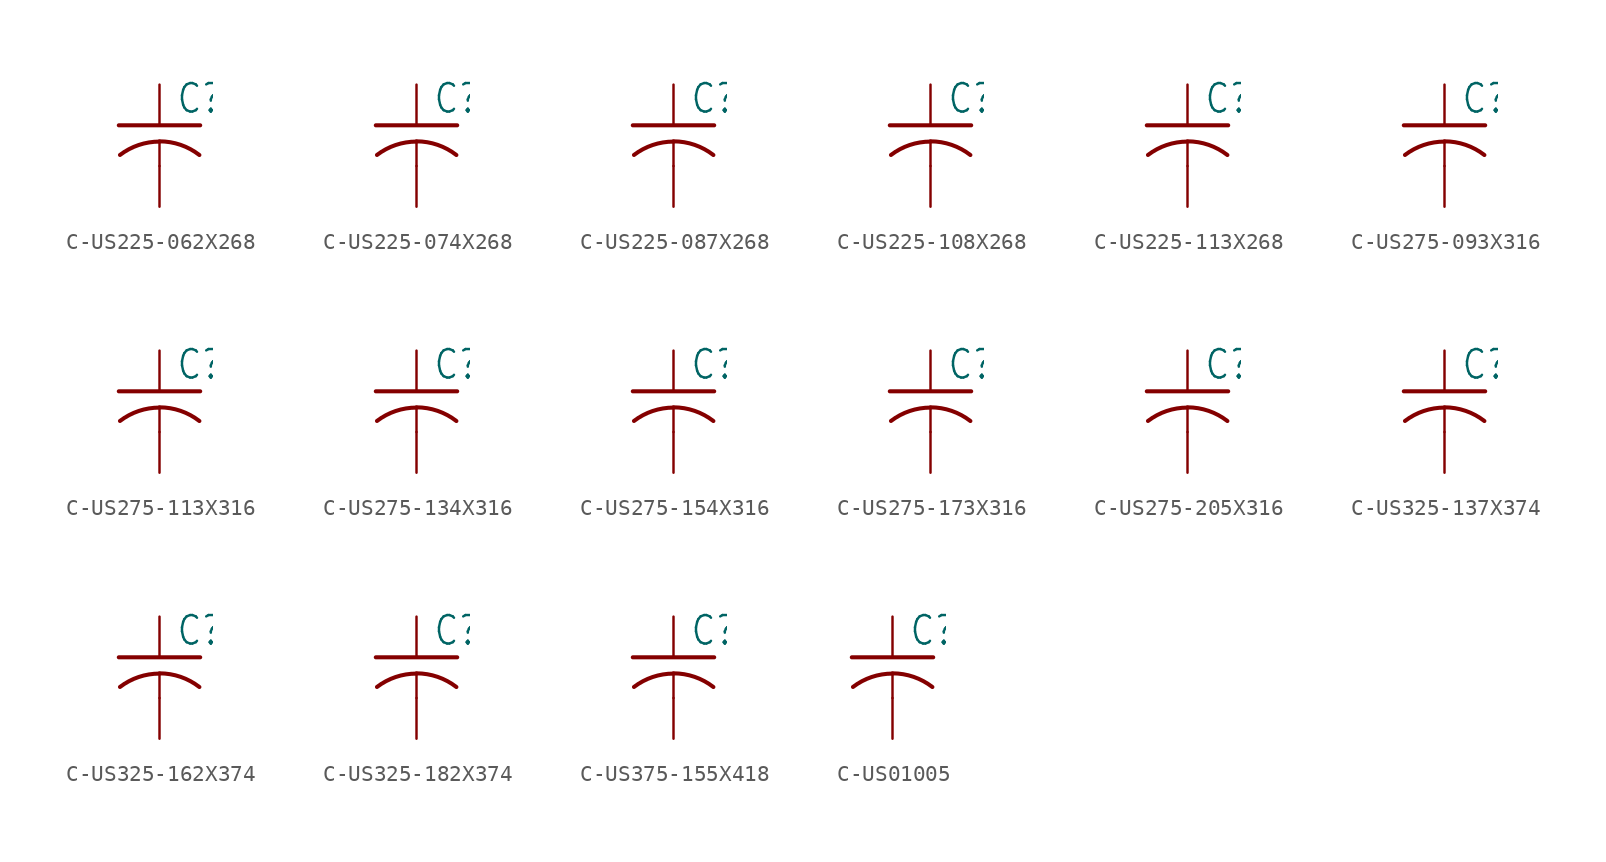
<source format=kicad_sym>
(kicad_symbol_lib
  (version 20241209)
  (generator "kicad_symbol_editor")
  (generator_version "9.0")
  (symbol "C-US225-062X268"
    (property "Reference" "C"
      (at 1.016 0.635 0)
      (effects (font (size 1.778 1.511)) (justify left bottom)))
    (property "Value" ""
      (at 1.016 -4.191 0)
      (effects (font (size 1.778 1.511)) (justify left bottom)))
    (property "ki_locked" ""
      (at 0 0 0)
      (effects (font (size 1.27 1.27))))
    (symbol "C-US225-062X268_1_0"
      (polyline (pts (xy -2.54 0) (xy 2.54 0)) (stroke (width 0.254) (type solid)) (fill (type none)))
      (arc (start 0 -1) (mid 1.3158 -1.2195) (end 2.4892 -1.8541) (stroke (width 0.254) (type solid)) (fill (type none)))
      (arc (start -2.4668 -1.8504) (mid -1.302 -1.2303) (end 0 -1.0161) (stroke (width 0.254) (type solid)) (fill (type none)))
      (polyline (pts (xy 0 -1.016) (xy 0 -2.54)) (stroke (width 0.152) (type solid)) (fill (type none)))
      (pin passive line (at 0 2.54 270) (length 2.54) (name "1" (effects (font (size 0 0)))) (number "1" (effects (font (size 0 0)))))
      (pin passive line (at 0 -5.08 90) (length 2.54) (name "2" (effects (font (size 0 0)))) (number "2" (effects (font (size 0 0)))))))
  (symbol "C-US225-074X268"
    (property "Reference" "C"
      (at 1.016 0.635 0)
      (effects (font (size 1.778 1.511)) (justify left bottom)))
    (property "Value" ""
      (at 1.016 -4.191 0)
      (effects (font (size 1.778 1.511)) (justify left bottom)))
    (property "ki_locked" ""
      (at 0 0 0)
      (effects (font (size 1.27 1.27))))
    (symbol "C-US225-074X268_1_0"
      (polyline (pts (xy -2.54 0) (xy 2.54 0)) (stroke (width 0.254) (type solid)) (fill (type none)))
      (arc (start 0 -1) (mid 1.3158 -1.2195) (end 2.4892 -1.8541) (stroke (width 0.254) (type solid)) (fill (type none)))
      (arc (start -2.4668 -1.8504) (mid -1.302 -1.2303) (end 0 -1.0161) (stroke (width 0.254) (type solid)) (fill (type none)))
      (polyline (pts (xy 0 -1.016) (xy 0 -2.54)) (stroke (width 0.152) (type solid)) (fill (type none)))
      (pin passive line (at 0 2.54 270) (length 2.54) (name "1" (effects (font (size 0 0)))) (number "1" (effects (font (size 0 0)))))
      (pin passive line (at 0 -5.08 90) (length 2.54) (name "2" (effects (font (size 0 0)))) (number "2" (effects (font (size 0 0)))))))
  (symbol "C-US225-087X268"
    (property "Reference" "C"
      (at 1.016 0.635 0)
      (effects (font (size 1.778 1.511)) (justify left bottom)))
    (property "Value" ""
      (at 1.016 -4.191 0)
      (effects (font (size 1.778 1.511)) (justify left bottom)))
    (property "ki_locked" ""
      (at 0 0 0)
      (effects (font (size 1.27 1.27))))
    (symbol "C-US225-087X268_1_0"
      (polyline (pts (xy -2.54 0) (xy 2.54 0)) (stroke (width 0.254) (type solid)) (fill (type none)))
      (arc (start 0 -1) (mid 1.3158 -1.2195) (end 2.4892 -1.8541) (stroke (width 0.254) (type solid)) (fill (type none)))
      (arc (start -2.4668 -1.8504) (mid -1.302 -1.2303) (end 0 -1.0161) (stroke (width 0.254) (type solid)) (fill (type none)))
      (polyline (pts (xy 0 -1.016) (xy 0 -2.54)) (stroke (width 0.152) (type solid)) (fill (type none)))
      (pin passive line (at 0 2.54 270) (length 2.54) (name "1" (effects (font (size 0 0)))) (number "1" (effects (font (size 0 0)))))
      (pin passive line (at 0 -5.08 90) (length 2.54) (name "2" (effects (font (size 0 0)))) (number "2" (effects (font (size 0 0)))))))
  (symbol "C-US225-108X268"
    (property "Reference" "C"
      (at 1.016 0.635 0)
      (effects (font (size 1.778 1.511)) (justify left bottom)))
    (property "Value" ""
      (at 1.016 -4.191 0)
      (effects (font (size 1.778 1.511)) (justify left bottom)))
    (property "ki_locked" ""
      (at 0 0 0)
      (effects (font (size 1.27 1.27))))
    (symbol "C-US225-108X268_1_0"
      (polyline (pts (xy -2.54 0) (xy 2.54 0)) (stroke (width 0.254) (type solid)) (fill (type none)))
      (arc (start 0 -1) (mid 1.3158 -1.2195) (end 2.4892 -1.8541) (stroke (width 0.254) (type solid)) (fill (type none)))
      (arc (start -2.4668 -1.8504) (mid -1.302 -1.2303) (end 0 -1.0161) (stroke (width 0.254) (type solid)) (fill (type none)))
      (polyline (pts (xy 0 -1.016) (xy 0 -2.54)) (stroke (width 0.152) (type solid)) (fill (type none)))
      (pin passive line (at 0 2.54 270) (length 2.54) (name "1" (effects (font (size 0 0)))) (number "1" (effects (font (size 0 0)))))
      (pin passive line (at 0 -5.08 90) (length 2.54) (name "2" (effects (font (size 0 0)))) (number "2" (effects (font (size 0 0)))))))
  (symbol "C-US225-113X268"
    (property "Reference" "C"
      (at 1.016 0.635 0)
      (effects (font (size 1.778 1.511)) (justify left bottom)))
    (property "Value" ""
      (at 1.016 -4.191 0)
      (effects (font (size 1.778 1.511)) (justify left bottom)))
    (property "ki_locked" ""
      (at 0 0 0)
      (effects (font (size 1.27 1.27))))
    (symbol "C-US225-113X268_1_0"
      (polyline (pts (xy -2.54 0) (xy 2.54 0)) (stroke (width 0.254) (type solid)) (fill (type none)))
      (arc (start 0 -1) (mid 1.3158 -1.2195) (end 2.4892 -1.8541) (stroke (width 0.254) (type solid)) (fill (type none)))
      (arc (start -2.4668 -1.8504) (mid -1.302 -1.2303) (end 0 -1.0161) (stroke (width 0.254) (type solid)) (fill (type none)))
      (polyline (pts (xy 0 -1.016) (xy 0 -2.54)) (stroke (width 0.152) (type solid)) (fill (type none)))
      (pin passive line (at 0 2.54 270) (length 2.54) (name "1" (effects (font (size 0 0)))) (number "1" (effects (font (size 0 0)))))
      (pin passive line (at 0 -5.08 90) (length 2.54) (name "2" (effects (font (size 0 0)))) (number "2" (effects (font (size 0 0)))))))
  (symbol "C-US275-093X316"
    (property "Reference" "C"
      (at 1.016 0.635 0)
      (effects (font (size 1.778 1.511)) (justify left bottom)))
    (property "Value" ""
      (at 1.016 -4.191 0)
      (effects (font (size 1.778 1.511)) (justify left bottom)))
    (property "ki_locked" ""
      (at 0 0 0)
      (effects (font (size 1.27 1.27))))
    (symbol "C-US275-093X316_1_0"
      (polyline (pts (xy -2.54 0) (xy 2.54 0)) (stroke (width 0.254) (type solid)) (fill (type none)))
      (arc (start 0 -1) (mid 1.3158 -1.2195) (end 2.4892 -1.8541) (stroke (width 0.254) (type solid)) (fill (type none)))
      (arc (start -2.4668 -1.8504) (mid -1.302 -1.2303) (end 0 -1.0161) (stroke (width 0.254) (type solid)) (fill (type none)))
      (polyline (pts (xy 0 -1.016) (xy 0 -2.54)) (stroke (width 0.152) (type solid)) (fill (type none)))
      (pin passive line (at 0 2.54 270) (length 2.54) (name "1" (effects (font (size 0 0)))) (number "1" (effects (font (size 0 0)))))
      (pin passive line (at 0 -5.08 90) (length 2.54) (name "2" (effects (font (size 0 0)))) (number "2" (effects (font (size 0 0)))))))
  (symbol "C-US275-113X316"
    (property "Reference" "C"
      (at 1.016 0.635 0)
      (effects (font (size 1.778 1.511)) (justify left bottom)))
    (property "Value" ""
      (at 1.016 -4.191 0)
      (effects (font (size 1.778 1.511)) (justify left bottom)))
    (property "ki_locked" ""
      (at 0 0 0)
      (effects (font (size 1.27 1.27))))
    (symbol "C-US275-113X316_1_0"
      (polyline (pts (xy -2.54 0) (xy 2.54 0)) (stroke (width 0.254) (type solid)) (fill (type none)))
      (arc (start 0 -1) (mid 1.3158 -1.2195) (end 2.4892 -1.8541) (stroke (width 0.254) (type solid)) (fill (type none)))
      (arc (start -2.4668 -1.8504) (mid -1.302 -1.2303) (end 0 -1.0161) (stroke (width 0.254) (type solid)) (fill (type none)))
      (polyline (pts (xy 0 -1.016) (xy 0 -2.54)) (stroke (width 0.152) (type solid)) (fill (type none)))
      (pin passive line (at 0 2.54 270) (length 2.54) (name "1" (effects (font (size 0 0)))) (number "1" (effects (font (size 0 0)))))
      (pin passive line (at 0 -5.08 90) (length 2.54) (name "2" (effects (font (size 0 0)))) (number "2" (effects (font (size 0 0)))))))
  (symbol "C-US275-134X316"
    (property "Reference" "C"
      (at 1.016 0.635 0)
      (effects (font (size 1.778 1.511)) (justify left bottom)))
    (property "Value" ""
      (at 1.016 -4.191 0)
      (effects (font (size 1.778 1.511)) (justify left bottom)))
    (property "ki_locked" ""
      (at 0 0 0)
      (effects (font (size 1.27 1.27))))
    (symbol "C-US275-134X316_1_0"
      (polyline (pts (xy -2.54 0) (xy 2.54 0)) (stroke (width 0.254) (type solid)) (fill (type none)))
      (arc (start 0 -1) (mid 1.3158 -1.2195) (end 2.4892 -1.8541) (stroke (width 0.254) (type solid)) (fill (type none)))
      (arc (start -2.4668 -1.8504) (mid -1.302 -1.2303) (end 0 -1.0161) (stroke (width 0.254) (type solid)) (fill (type none)))
      (polyline (pts (xy 0 -1.016) (xy 0 -2.54)) (stroke (width 0.152) (type solid)) (fill (type none)))
      (pin passive line (at 0 2.54 270) (length 2.54) (name "1" (effects (font (size 0 0)))) (number "1" (effects (font (size 0 0)))))
      (pin passive line (at 0 -5.08 90) (length 2.54) (name "2" (effects (font (size 0 0)))) (number "2" (effects (font (size 0 0)))))))
  (symbol "C-US275-154X316"
    (property "Reference" "C"
      (at 1.016 0.635 0)
      (effects (font (size 1.778 1.511)) (justify left bottom)))
    (property "Value" ""
      (at 1.016 -4.191 0)
      (effects (font (size 1.778 1.511)) (justify left bottom)))
    (property "ki_locked" ""
      (at 0 0 0)
      (effects (font (size 1.27 1.27))))
    (symbol "C-US275-154X316_1_0"
      (polyline (pts (xy -2.54 0) (xy 2.54 0)) (stroke (width 0.254) (type solid)) (fill (type none)))
      (arc (start 0 -1) (mid 1.3158 -1.2195) (end 2.4892 -1.8541) (stroke (width 0.254) (type solid)) (fill (type none)))
      (arc (start -2.4668 -1.8504) (mid -1.302 -1.2303) (end 0 -1.0161) (stroke (width 0.254) (type solid)) (fill (type none)))
      (polyline (pts (xy 0 -1.016) (xy 0 -2.54)) (stroke (width 0.152) (type solid)) (fill (type none)))
      (pin passive line (at 0 2.54 270) (length 2.54) (name "1" (effects (font (size 0 0)))) (number "1" (effects (font (size 0 0)))))
      (pin passive line (at 0 -5.08 90) (length 2.54) (name "2" (effects (font (size 0 0)))) (number "2" (effects (font (size 0 0)))))))
  (symbol "C-US275-173X316"
    (property "Reference" "C"
      (at 1.016 0.635 0)
      (effects (font (size 1.778 1.511)) (justify left bottom)))
    (property "Value" ""
      (at 1.016 -4.191 0)
      (effects (font (size 1.778 1.511)) (justify left bottom)))
    (property "ki_locked" ""
      (at 0 0 0)
      (effects (font (size 1.27 1.27))))
    (symbol "C-US275-173X316_1_0"
      (polyline (pts (xy -2.54 0) (xy 2.54 0)) (stroke (width 0.254) (type solid)) (fill (type none)))
      (arc (start 0 -1) (mid 1.3158 -1.2195) (end 2.4892 -1.8541) (stroke (width 0.254) (type solid)) (fill (type none)))
      (arc (start -2.4668 -1.8504) (mid -1.302 -1.2303) (end 0 -1.0161) (stroke (width 0.254) (type solid)) (fill (type none)))
      (polyline (pts (xy 0 -1.016) (xy 0 -2.54)) (stroke (width 0.152) (type solid)) (fill (type none)))
      (pin passive line (at 0 2.54 270) (length 2.54) (name "1" (effects (font (size 0 0)))) (number "1" (effects (font (size 0 0)))))
      (pin passive line (at 0 -5.08 90) (length 2.54) (name "2" (effects (font (size 0 0)))) (number "2" (effects (font (size 0 0)))))))
  (symbol "C-US275-205X316"
    (property "Reference" "C"
      (at 1.016 0.635 0)
      (effects (font (size 1.778 1.511)) (justify left bottom)))
    (property "Value" ""
      (at 1.016 -4.191 0)
      (effects (font (size 1.778 1.511)) (justify left bottom)))
    (property "ki_locked" ""
      (at 0 0 0)
      (effects (font (size 1.27 1.27))))
    (symbol "C-US275-205X316_1_0"
      (polyline (pts (xy -2.54 0) (xy 2.54 0)) (stroke (width 0.254) (type solid)) (fill (type none)))
      (arc (start 0 -1) (mid 1.3158 -1.2195) (end 2.4892 -1.8541) (stroke (width 0.254) (type solid)) (fill (type none)))
      (arc (start -2.4668 -1.8504) (mid -1.302 -1.2303) (end 0 -1.0161) (stroke (width 0.254) (type solid)) (fill (type none)))
      (polyline (pts (xy 0 -1.016) (xy 0 -2.54)) (stroke (width 0.152) (type solid)) (fill (type none)))
      (pin passive line (at 0 2.54 270) (length 2.54) (name "1" (effects (font (size 0 0)))) (number "1" (effects (font (size 0 0)))))
      (pin passive line (at 0 -5.08 90) (length 2.54) (name "2" (effects (font (size 0 0)))) (number "2" (effects (font (size 0 0)))))))
  (symbol "C-US325-137X374"
    (property "Reference" "C"
      (at 1.016 0.635 0)
      (effects (font (size 1.778 1.511)) (justify left bottom)))
    (property "Value" ""
      (at 1.016 -4.191 0)
      (effects (font (size 1.778 1.511)) (justify left bottom)))
    (property "ki_locked" ""
      (at 0 0 0)
      (effects (font (size 1.27 1.27))))
    (symbol "C-US325-137X374_1_0"
      (polyline (pts (xy -2.54 0) (xy 2.54 0)) (stroke (width 0.254) (type solid)) (fill (type none)))
      (arc (start 0 -1) (mid 1.3158 -1.2195) (end 2.4892 -1.8541) (stroke (width 0.254) (type solid)) (fill (type none)))
      (arc (start -2.4668 -1.8504) (mid -1.302 -1.2303) (end 0 -1.0161) (stroke (width 0.254) (type solid)) (fill (type none)))
      (polyline (pts (xy 0 -1.016) (xy 0 -2.54)) (stroke (width 0.152) (type solid)) (fill (type none)))
      (pin passive line (at 0 2.54 270) (length 2.54) (name "1" (effects (font (size 0 0)))) (number "1" (effects (font (size 0 0)))))
      (pin passive line (at 0 -5.08 90) (length 2.54) (name "2" (effects (font (size 0 0)))) (number "2" (effects (font (size 0 0)))))))
  (symbol "C-US325-162X374"
    (property "Reference" "C"
      (at 1.016 0.635 0)
      (effects (font (size 1.778 1.511)) (justify left bottom)))
    (property "Value" ""
      (at 1.016 -4.191 0)
      (effects (font (size 1.778 1.511)) (justify left bottom)))
    (property "ki_locked" ""
      (at 0 0 0)
      (effects (font (size 1.27 1.27))))
    (symbol "C-US325-162X374_1_0"
      (polyline (pts (xy -2.54 0) (xy 2.54 0)) (stroke (width 0.254) (type solid)) (fill (type none)))
      (arc (start 0 -1) (mid 1.3158 -1.2195) (end 2.4892 -1.8541) (stroke (width 0.254) (type solid)) (fill (type none)))
      (arc (start -2.4668 -1.8504) (mid -1.302 -1.2303) (end 0 -1.0161) (stroke (width 0.254) (type solid)) (fill (type none)))
      (polyline (pts (xy 0 -1.016) (xy 0 -2.54)) (stroke (width 0.152) (type solid)) (fill (type none)))
      (pin passive line (at 0 2.54 270) (length 2.54) (name "1" (effects (font (size 0 0)))) (number "1" (effects (font (size 0 0)))))
      (pin passive line (at 0 -5.08 90) (length 2.54) (name "2" (effects (font (size 0 0)))) (number "2" (effects (font (size 0 0)))))))
  (symbol "C-US325-182X374"
    (property "Reference" "C"
      (at 1.016 0.635 0)
      (effects (font (size 1.778 1.511)) (justify left bottom)))
    (property "Value" ""
      (at 1.016 -4.191 0)
      (effects (font (size 1.778 1.511)) (justify left bottom)))
    (property "ki_locked" ""
      (at 0 0 0)
      (effects (font (size 1.27 1.27))))
    (symbol "C-US325-182X374_1_0"
      (polyline (pts (xy -2.54 0) (xy 2.54 0)) (stroke (width 0.254) (type solid)) (fill (type none)))
      (arc (start 0 -1) (mid 1.3158 -1.2195) (end 2.4892 -1.8541) (stroke (width 0.254) (type solid)) (fill (type none)))
      (arc (start -2.4668 -1.8504) (mid -1.302 -1.2303) (end 0 -1.0161) (stroke (width 0.254) (type solid)) (fill (type none)))
      (polyline (pts (xy 0 -1.016) (xy 0 -2.54)) (stroke (width 0.152) (type solid)) (fill (type none)))
      (pin passive line (at 0 2.54 270) (length 2.54) (name "1" (effects (font (size 0 0)))) (number "1" (effects (font (size 0 0)))))
      (pin passive line (at 0 -5.08 90) (length 2.54) (name "2" (effects (font (size 0 0)))) (number "2" (effects (font (size 0 0)))))))
  (symbol "C-US375-155X418"
    (property "Reference" "C"
      (at 1.016 0.635 0)
      (effects (font (size 1.778 1.511)) (justify left bottom)))
    (property "Value" ""
      (at 1.016 -4.191 0)
      (effects (font (size 1.778 1.511)) (justify left bottom)))
    (property "ki_locked" ""
      (at 0 0 0)
      (effects (font (size 1.27 1.27))))
    (symbol "C-US375-155X418_1_0"
      (polyline (pts (xy -2.54 0) (xy 2.54 0)) (stroke (width 0.254) (type solid)) (fill (type none)))
      (arc (start 0 -1) (mid 1.3158 -1.2195) (end 2.4892 -1.8541) (stroke (width 0.254) (type solid)) (fill (type none)))
      (arc (start -2.4668 -1.8504) (mid -1.302 -1.2303) (end 0 -1.0161) (stroke (width 0.254) (type solid)) (fill (type none)))
      (polyline (pts (xy 0 -1.016) (xy 0 -2.54)) (stroke (width 0.152) (type solid)) (fill (type none)))
      (pin passive line (at 0 2.54 270) (length 2.54) (name "1" (effects (font (size 0 0)))) (number "1" (effects (font (size 0 0)))))
      (pin passive line (at 0 -5.08 90) (length 2.54) (name "2" (effects (font (size 0 0)))) (number "2" (effects (font (size 0 0)))))))
  (symbol "C-US01005"
    (property "Reference" "C"
      (at 1.016 0.635 0)
      (effects (font (size 1.778 1.511)) (justify left bottom)))
    (property "Value" ""
      (at 1.016 -4.191 0)
      (effects (font (size 1.778 1.511)) (justify left bottom)))
    (property "ki_locked" ""
      (at 0 0 0)
      (effects (font (size 1.27 1.27))))
    (symbol "C-US01005_1_0"
      (polyline (pts (xy -2.54 0) (xy 2.54 0)) (stroke (width 0.254) (type solid)) (fill (type none)))
      (arc (start 0 -1) (mid 1.3158 -1.2195) (end 2.4892 -1.8541) (stroke (width 0.254) (type solid)) (fill (type none)))
      (arc (start -2.4668 -1.8504) (mid -1.302 -1.2303) (end 0 -1.0161) (stroke (width 0.254) (type solid)) (fill (type none)))
      (polyline (pts (xy 0 -1.016) (xy 0 -2.54)) (stroke (width 0.152) (type solid)) (fill (type none)))
      (pin passive line (at 0 2.54 270) (length 2.54) (name "1" (effects (font (size 0 0)))) (number "1" (effects (font (size 0 0)))))
      (pin passive line (at 0 -5.08 90) (length 2.54) (name "2" (effects (font (size 0 0)))) (number "2" (effects (font (size 0 0))))))))
</source>
